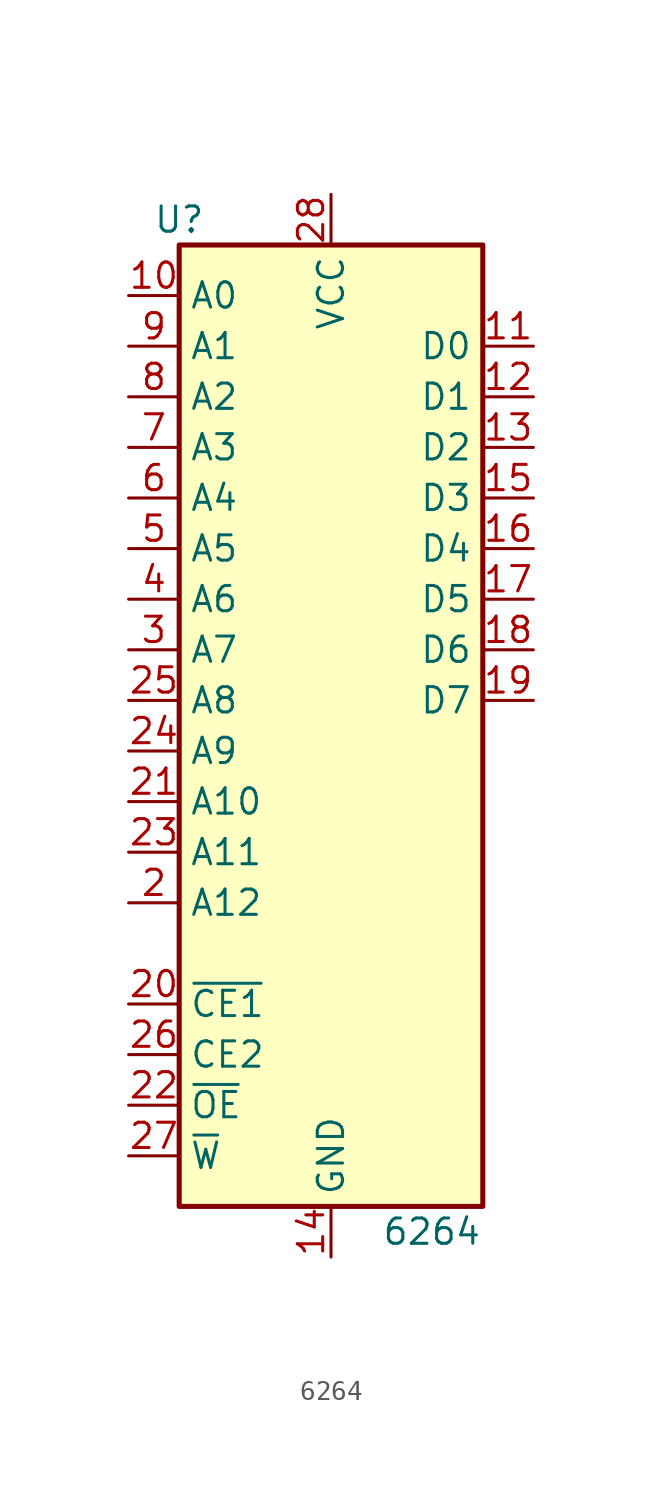
<source format=kicad_sym>
(kicad_symbol_lib
  (version 20220914)
  (generator kicad_symbol_editor)
  (symbol "6264"
    (property "Reference" "U"
      (at -7.62 25.4 0)
      (effects (font (size 1.27 1.27))))
    (property "Value" "6264"
      (at 2.54 -25.4 0)
      (effects (font (size 1.27 1.27)) (justify left)))
    (symbol "6264_1_1"
      (rectangle (start -7.62 24.13) (end 7.62 -24.13) (stroke (width 0.254) (type default)) (fill (type background)))
      (pin input line (at -10.16 21.59 0) (length 2.54) (name "A0" (effects (font (size 1.27 1.27)))) (number "10" (effects (font (size 1.27 1.27)))))
      (pin tri_state line (at 10.16 19.05 180) (length 2.54) (name "D0" (effects (font (size 1.27 1.27)))) (number "11" (effects (font (size 1.27 1.27)))))
      (pin tri_state line (at 10.16 16.51 180) (length 2.54) (name "D1" (effects (font (size 1.27 1.27)))) (number "12" (effects (font (size 1.27 1.27)))))
      (pin tri_state line (at 10.16 13.97 180) (length 2.54) (name "D2" (effects (font (size 1.27 1.27)))) (number "13" (effects (font (size 1.27 1.27)))))
      (pin power_in line (at 0 -26.67 90) (length 2.54) (name "GND" (effects (font (size 1.27 1.27)))) (number "14" (effects (font (size 1.27 1.27)))))
      (pin tri_state line (at 10.16 11.43 180) (length 2.54) (name "D3" (effects (font (size 1.27 1.27)))) (number "15" (effects (font (size 1.27 1.27)))))
      (pin tri_state line (at 10.16 8.89 180) (length 2.54) (name "D4" (effects (font (size 1.27 1.27)))) (number "16" (effects (font (size 1.27 1.27)))))
      (pin tri_state line (at 10.16 6.35 180) (length 2.54) (name "D5" (effects (font (size 1.27 1.27)))) (number "17" (effects (font (size 1.27 1.27)))))
      (pin tri_state line (at 10.16 3.81 180) (length 2.54) (name "D6" (effects (font (size 1.27 1.27)))) (number "18" (effects (font (size 1.27 1.27)))))
      (pin tri_state line (at 10.16 1.27 180) (length 2.54) (name "D7" (effects (font (size 1.27 1.27)))) (number "19" (effects (font (size 1.27 1.27)))))
      (pin input line (at -10.16 -8.89 0) (length 2.54) (name "A12" (effects (font (size 1.27 1.27)))) (number "2" (effects (font (size 1.27 1.27)))))
      (pin input line (at -10.16 -13.97 0) (length 2.54) (name "~{CE1}" (effects (font (size 1.27 1.27)))) (number "20" (effects (font (size 1.27 1.27)))))
      (pin input line (at -10.16 -3.81 0) (length 2.54) (name "A10" (effects (font (size 1.27 1.27)))) (number "21" (effects (font (size 1.27 1.27)))))
      (pin input line (at -10.16 -19.05 0) (length 2.54) (name "~{OE}" (effects (font (size 1.27 1.27)))) (number "22" (effects (font (size 1.27 1.27)))))
      (pin input line (at -10.16 -6.35 0) (length 2.54) (name "A11" (effects (font (size 1.27 1.27)))) (number "23" (effects (font (size 1.27 1.27)))))
      (pin input line (at -10.16 -1.27 0) (length 2.54) (name "A9" (effects (font (size 1.27 1.27)))) (number "24" (effects (font (size 1.27 1.27)))))
      (pin input line (at -10.16 1.27 0) (length 2.54) (name "A8" (effects (font (size 1.27 1.27)))) (number "25" (effects (font (size 1.27 1.27)))))
      (pin input line (at -10.16 -16.51 0) (length 2.54) (name "CE2" (effects (font (size 1.27 1.27)))) (number "26" (effects (font (size 1.27 1.27)))))
      (pin input line (at -10.16 -21.59 0) (length 2.54) (name "~{W}" (effects (font (size 1.27 1.27)))) (number "27" (effects (font (size 1.27 1.27)))))
      (pin power_in line (at 0 26.67 270) (length 2.54) (name "VCC" (effects (font (size 1.27 1.27)))) (number "28" (effects (font (size 1.27 1.27)))))
      (pin input line (at -10.16 3.81 0) (length 2.54) (name "A7" (effects (font (size 1.27 1.27)))) (number "3" (effects (font (size 1.27 1.27)))))
      (pin input line (at -10.16 6.35 0) (length 2.54) (name "A6" (effects (font (size 1.27 1.27)))) (number "4" (effects (font (size 1.27 1.27)))))
      (pin input line (at -10.16 8.89 0) (length 2.54) (name "A5" (effects (font (size 1.27 1.27)))) (number "5" (effects (font (size 1.27 1.27)))))
      (pin input line (at -10.16 11.43 0) (length 2.54) (name "A4" (effects (font (size 1.27 1.27)))) (number "6" (effects (font (size 1.27 1.27)))))
      (pin input line (at -10.16 13.97 0) (length 2.54) (name "A3" (effects (font (size 1.27 1.27)))) (number "7" (effects (font (size 1.27 1.27)))))
      (pin input line (at -10.16 16.51 0) (length 2.54) (name "A2" (effects (font (size 1.27 1.27)))) (number "8" (effects (font (size 1.27 1.27)))))
      (pin input line (at -10.16 19.05 0) (length 2.54) (name "A1" (effects (font (size 1.27 1.27)))) (number "9" (effects (font (size 1.27 1.27))))))))
</source>
